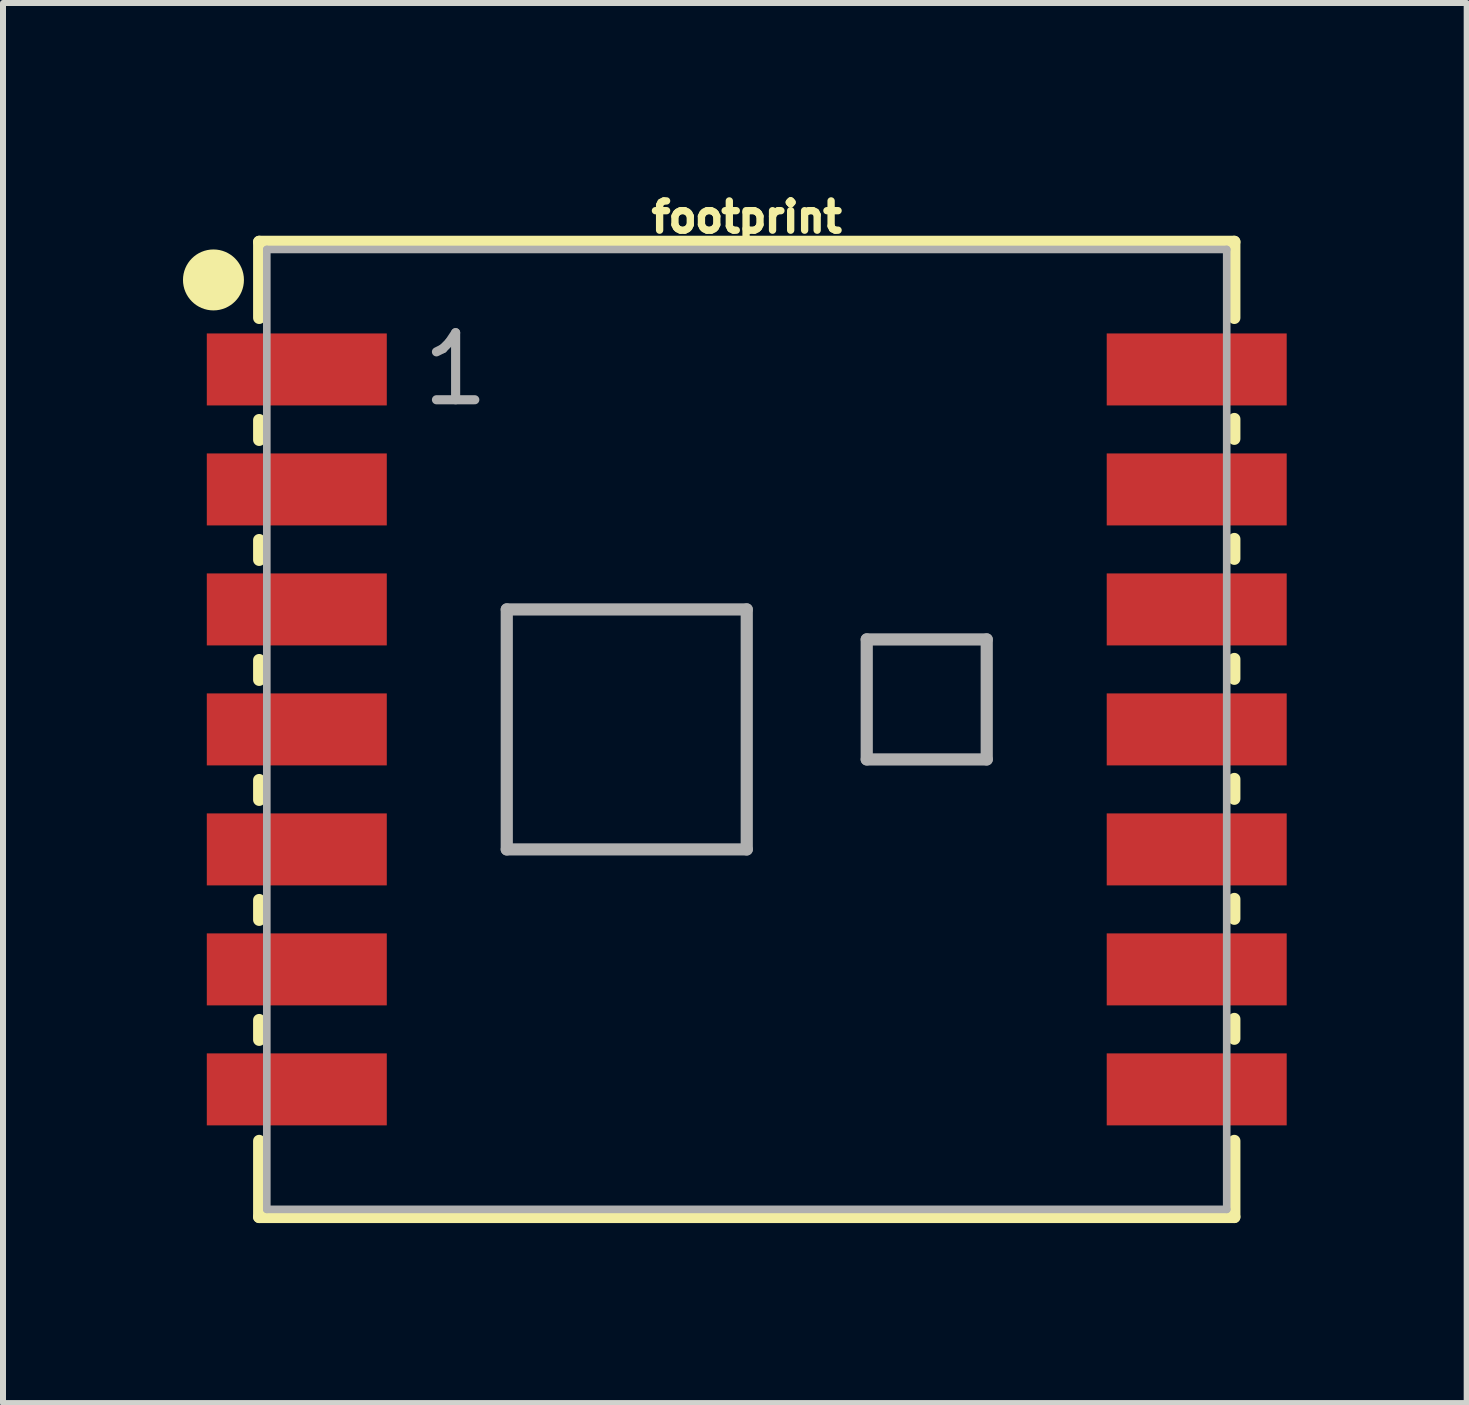
<source format=kicad_pcb>
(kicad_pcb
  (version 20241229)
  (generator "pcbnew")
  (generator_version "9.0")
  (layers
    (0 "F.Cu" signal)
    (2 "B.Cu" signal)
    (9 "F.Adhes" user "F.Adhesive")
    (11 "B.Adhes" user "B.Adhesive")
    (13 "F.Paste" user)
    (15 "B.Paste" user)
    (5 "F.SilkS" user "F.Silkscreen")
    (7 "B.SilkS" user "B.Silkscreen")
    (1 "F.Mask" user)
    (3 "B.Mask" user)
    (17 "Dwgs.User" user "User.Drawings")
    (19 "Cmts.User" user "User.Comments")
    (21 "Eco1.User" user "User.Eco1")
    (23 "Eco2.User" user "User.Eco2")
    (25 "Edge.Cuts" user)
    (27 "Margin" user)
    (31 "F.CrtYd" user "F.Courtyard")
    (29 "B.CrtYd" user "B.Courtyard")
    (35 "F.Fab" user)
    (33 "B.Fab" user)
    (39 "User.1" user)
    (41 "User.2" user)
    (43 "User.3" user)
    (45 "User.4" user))
  (footprint "footprint"
    (layer "F.Cu")
    (at 9.397 9.108)
    (property "Reference" "footprint" (at 0 -8.255 0) (layer "F.SilkS") (effects (font (size 0.488 0.488) (thickness 0.122)) (justify bottom)))
    (fp_line (start -8.127 -8.127) (end 8.127 -8.127) (stroke (width 0.203) (type solid)) (layer "F.SilkS"))
    (fp_line (start -8.127 -6.859) (end -8.127 -8.127) (stroke (width 0.203) (type solid)) (layer "F.SilkS"))
    (fp_line (start -8.127 -4.826) (end -8.127 -5.156) (stroke (width 0.203) (type solid)) (layer "F.SilkS"))
    (fp_line (start -8.127 -2.826) (end -8.127 -3.156) (stroke (width 0.203) (type solid)) (layer "F.SilkS"))
    (fp_line (start -8.127 -0.826) (end -8.127 -1.156) (stroke (width 0.203) (type solid)) (layer "F.SilkS"))
    (fp_line (start -8.127 1.174) (end -8.127 0.844) (stroke (width 0.203) (type solid)) (layer "F.SilkS"))
    (fp_line (start -8.127 3.174) (end -8.127 2.844) (stroke (width 0.203) (type solid)) (layer "F.SilkS"))
    (fp_line (start -8.127 5.174) (end -8.127 4.844) (stroke (width 0.203) (type solid)) (layer "F.SilkS"))
    (fp_line (start -8.127 8.127) (end -8.127 6.859) (stroke (width 0.203) (type solid)) (layer "F.SilkS"))
    (fp_line (start 8.127 -8.127) (end 8.127 -6.859) (stroke (width 0.203) (type solid)) (layer "F.SilkS"))
    (fp_line (start 8.127 -5.174) (end 8.127 -4.844) (stroke (width 0.203) (type solid)) (layer "F.SilkS"))
    (fp_line (start 8.127 -3.174) (end 8.127 -2.844) (stroke (width 0.203) (type solid)) (layer "F.SilkS"))
    (fp_line (start 8.127 -1.174) (end 8.127 -0.844) (stroke (width 0.203) (type solid)) (layer "F.SilkS"))
    (fp_line (start 8.127 0.826) (end 8.127 1.156) (stroke (width 0.203) (type solid)) (layer "F.SilkS"))
    (fp_line (start 8.127 2.826) (end 8.127 3.156) (stroke (width 0.203) (type solid)) (layer "F.SilkS"))
    (fp_line (start 8.127 4.826) (end 8.127 5.156) (stroke (width 0.203) (type solid)) (layer "F.SilkS"))
    (fp_line (start 8.127 6.859) (end 8.127 8.127) (stroke (width 0.203) (type solid)) (layer "F.SilkS"))
    (fp_line (start 8.127 8.127) (end -8.127 8.127) (stroke (width 0.203) (type solid)) (layer "F.SilkS"))
    (fp_circle (center -8.889 -7.492) (end -8.635 -7.492) (stroke (width 0.508) (type solid)) (fill yes) (layer "F.SilkS"))
    (fp_line (start -8 -8) (end -8 8) (stroke (width 0.127) (type solid)) (layer "F.Fab"))
    (fp_line (start -8 8) (end 8 8) (stroke (width 0.127) (type solid)) (layer "F.Fab"))
    (fp_line (start -4 -2) (end -4 2) (stroke (width 0.203) (type solid)) (layer "F.Fab"))
    (fp_line (start -4 2) (end 0 2) (stroke (width 0.203) (type solid)) (layer "F.Fab"))
    (fp_line (start 0 -2) (end -4 -2) (stroke (width 0.203) (type solid)) (layer "F.Fab"))
    (fp_line (start 0 2) (end 0 -2) (stroke (width 0.203) (type solid)) (layer "F.Fab"))
    (fp_line (start 2 0.5) (end 2 -1.5) (stroke (width 0.203) (type solid)) (layer "F.Fab"))
    (fp_line (start 4 -1.5) (end 2 -1.5) (stroke (width 0.203) (type solid)) (layer "F.Fab"))
    (fp_line (start 4 0.5) (end 2 0.5) (stroke (width 0.203) (type solid)) (layer "F.Fab"))
    (fp_line (start 4 0.5) (end 4 -1.5) (stroke (width 0.203) (type solid)) (layer "F.Fab"))
    (fp_line (start 8 -8) (end -8 -8) (stroke (width 0.127) (type solid)) (layer "F.Fab"))
    (fp_line (start 8 8) (end 8 -8) (stroke (width 0.127) (type solid)) (layer "F.Fab"))
    (fp_text user "1" (at -5.485 -5.35 0) (layer "F.Fab") (effects (font (size 1.118 1.118) (thickness 0.152)) (justify left bottom)))
    (pad "1" smd rect (at -7.5 -6) (size 3 1.2) (layers "F.Cu" "F.Mask" "F.Paste"))
    (pad "2" smd rect (at -7.5 -4) (size 3 1.2) (layers "F.Cu" "F.Mask" "F.Paste"))
    (pad "3" smd rect (at -7.5 -2) (size 3 1.2) (layers "F.Cu" "F.Mask" "F.Paste"))
    (pad "4" smd rect (at -7.5 0) (size 3 1.2) (layers "F.Cu" "F.Mask" "F.Paste"))
    (pad "5" smd rect (at -7.5 2) (size 3 1.2) (layers "F.Cu" "F.Mask" "F.Paste"))
    (pad "6" smd rect (at -7.5 4) (size 3 1.2) (layers "F.Cu" "F.Mask" "F.Paste"))
    (pad "7" smd rect (at -7.5 6) (size 3 1.2) (layers "F.Cu" "F.Mask" "F.Paste"))
    (pad "8" smd rect (at 7.5 6) (size 3 1.2) (layers "F.Cu" "F.Mask" "F.Paste"))
    (pad "9" smd rect (at 7.5 4) (size 3 1.2) (layers "F.Cu" "F.Mask" "F.Paste"))
    (pad "10" smd rect (at 7.5 2) (size 3 1.2) (layers "F.Cu" "F.Mask" "F.Paste"))
    (pad "11" smd rect (at 7.5 0) (size 3 1.2) (layers "F.Cu" "F.Mask" "F.Paste"))
    (pad "12" smd rect (at 7.5 -2) (size 3 1.2) (layers "F.Cu" "F.Mask" "F.Paste"))
    (pad "13" smd rect (at 7.5 -4) (size 3 1.2) (layers "F.Cu" "F.Mask" "F.Paste"))
    (pad "14" smd rect (at 7.5 -6) (size 3 1.2) (layers "F.Cu" "F.Mask" "F.Paste")))
  (gr_rect
    (start -3 -3)
    (end 21.397 20.337)
    (stroke (width 0.1) (type default))
    (fill no)
    (layer "Edge.Cuts")))
</source>
